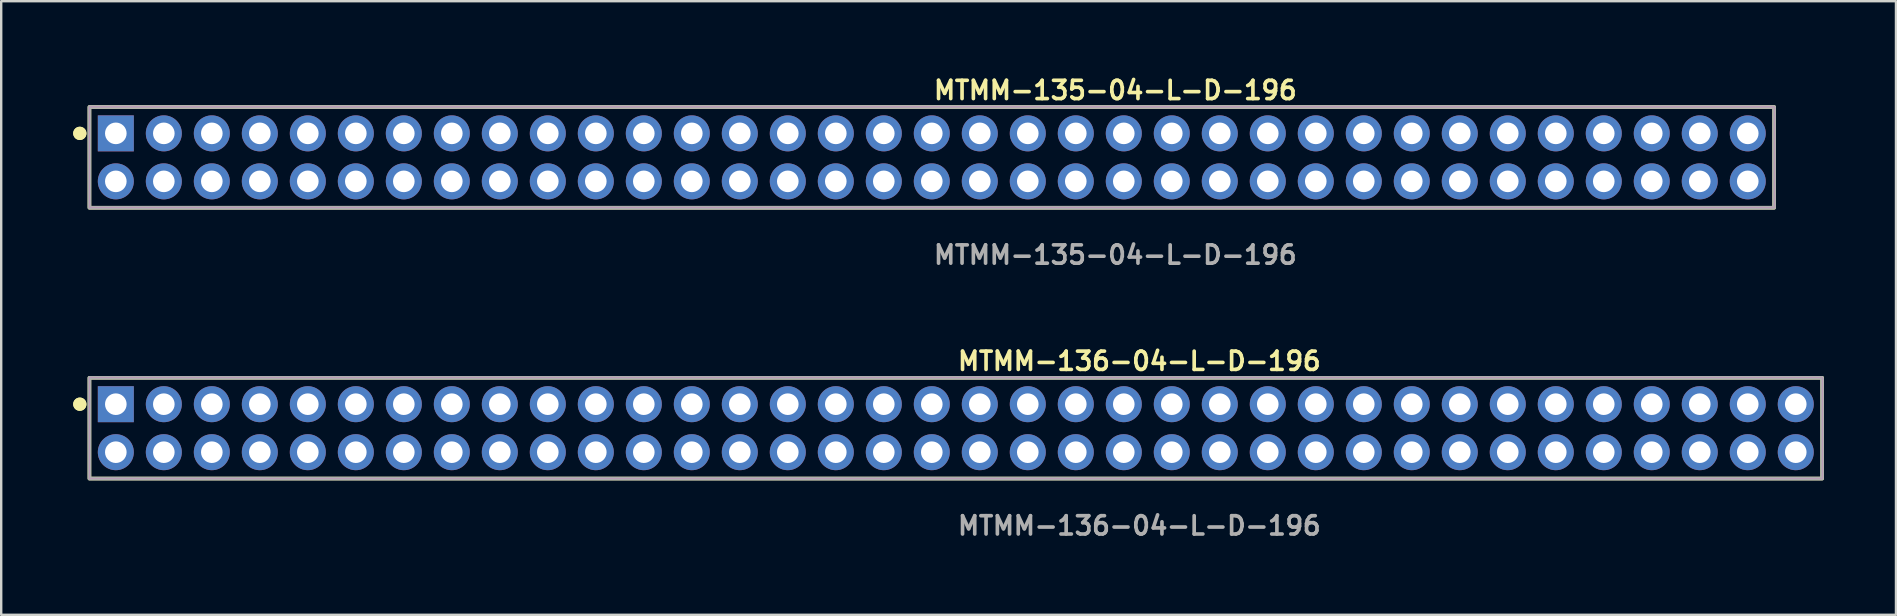
<source format=kicad_pcb>
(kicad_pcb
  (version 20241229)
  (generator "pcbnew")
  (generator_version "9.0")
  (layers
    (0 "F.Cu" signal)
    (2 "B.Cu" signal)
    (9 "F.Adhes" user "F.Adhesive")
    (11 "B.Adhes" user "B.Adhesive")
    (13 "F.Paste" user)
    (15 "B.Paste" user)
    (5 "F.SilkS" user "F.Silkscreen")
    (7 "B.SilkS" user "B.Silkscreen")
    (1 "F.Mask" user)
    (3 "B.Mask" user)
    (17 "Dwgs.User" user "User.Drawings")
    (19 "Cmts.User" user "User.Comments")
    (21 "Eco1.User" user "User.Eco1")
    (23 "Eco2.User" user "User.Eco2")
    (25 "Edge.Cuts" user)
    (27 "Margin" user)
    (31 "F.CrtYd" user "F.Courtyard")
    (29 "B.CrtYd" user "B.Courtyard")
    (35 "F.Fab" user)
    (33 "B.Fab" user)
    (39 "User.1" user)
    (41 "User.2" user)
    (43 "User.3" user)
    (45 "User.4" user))
  (footprint "MTMM-135-04-L-D-196"
    (layer "F.Cu")
    (at 35.776 3.507)
    (property "Reference" "MTMM-135-04-L-D-196" (at 0 -2.794 0) (unlocked yes) (layer "F.SilkS") (effects (font (size 0.762 0.762) (thickness 0.152)) (justify left)))
    (fp_rect (start -35.1 2.1) (end 35.1 -2.1) (stroke (width 0.152) (type solid)) (fill no) (layer "F.SilkS"))
    (fp_circle (center -35.5 -1) (end -35.7 -1) (stroke (width 0.152) (type solid)) (fill yes) (layer "F.SilkS"))
    (fp_circle (center -35.5 -1) (end -35.7 -1) (stroke (width 0.152) (type solid)) (fill yes) (layer "F.SilkS"))
    (fp_rect (start -35.1 2.1) (end 35.1 -2.1) (stroke (width 0.006) (type solid)) (fill no) (layer "F.CrtYd"))
    (fp_rect (start -35.1 2.1) (end 35.1 -2.1) (stroke (width 0.152) (type solid)) (fill no) (layer "F.Fab"))
    (fp_text user "${REFERENCE}" (at 0 4.064 0) (unlocked yes) (layer "F.Fab") (effects (font (size 0.762 0.762) (thickness 0.152)) (justify left)))
    (pad "1" thru_hole rect (at -34 -1) (size 1.5 1.5) (drill 0.9) (layers "*.Cu" "*.Mask"))
    (pad "2" thru_hole circle (at -34 1) (size 1.5 1.5) (drill 0.9) (layers "*.Cu" "*.Mask"))
    (pad "3" thru_hole circle (at -32 -1) (size 1.5 1.5) (drill 0.9) (layers "*.Cu" "*.Mask"))
    (pad "4" thru_hole circle (at -32 1) (size 1.5 1.5) (drill 0.9) (layers "*.Cu" "*.Mask"))
    (pad "5" thru_hole circle (at -30 -1) (size 1.5 1.5) (drill 0.9) (layers "*.Cu" "*.Mask"))
    (pad "6" thru_hole circle (at -30 1) (size 1.5 1.5) (drill 0.9) (layers "*.Cu" "*.Mask"))
    (pad "7" thru_hole circle (at -28 -1) (size 1.5 1.5) (drill 0.9) (layers "*.Cu" "*.Mask"))
    (pad "8" thru_hole circle (at -28 1) (size 1.5 1.5) (drill 0.9) (layers "*.Cu" "*.Mask"))
    (pad "9" thru_hole circle (at -26 -1) (size 1.5 1.5) (drill 0.9) (layers "*.Cu" "*.Mask"))
    (pad "10" thru_hole circle (at -26 1) (size 1.5 1.5) (drill 0.9) (layers "*.Cu" "*.Mask"))
    (pad "11" thru_hole circle (at -24 -1) (size 1.5 1.5) (drill 0.9) (layers "*.Cu" "*.Mask"))
    (pad "12" thru_hole circle (at -24 1) (size 1.5 1.5) (drill 0.9) (layers "*.Cu" "*.Mask"))
    (pad "13" thru_hole circle (at -22 -1) (size 1.5 1.5) (drill 0.9) (layers "*.Cu" "*.Mask"))
    (pad "14" thru_hole circle (at -22 1) (size 1.5 1.5) (drill 0.9) (layers "*.Cu" "*.Mask"))
    (pad "15" thru_hole circle (at -20 -1) (size 1.5 1.5) (drill 0.9) (layers "*.Cu" "*.Mask"))
    (pad "16" thru_hole circle (at -20 1) (size 1.5 1.5) (drill 0.9) (layers "*.Cu" "*.Mask"))
    (pad "17" thru_hole circle (at -18 -1) (size 1.5 1.5) (drill 0.9) (layers "*.Cu" "*.Mask"))
    (pad "18" thru_hole circle (at -18 1) (size 1.5 1.5) (drill 0.9) (layers "*.Cu" "*.Mask"))
    (pad "19" thru_hole circle (at -16 -1) (size 1.5 1.5) (drill 0.9) (layers "*.Cu" "*.Mask"))
    (pad "20" thru_hole circle (at -16 1) (size 1.5 1.5) (drill 0.9) (layers "*.Cu" "*.Mask"))
    (pad "21" thru_hole circle (at -14 -1) (size 1.5 1.5) (drill 0.9) (layers "*.Cu" "*.Mask"))
    (pad "22" thru_hole circle (at -14 1) (size 1.5 1.5) (drill 0.9) (layers "*.Cu" "*.Mask"))
    (pad "23" thru_hole circle (at -12 -1) (size 1.5 1.5) (drill 0.9) (layers "*.Cu" "*.Mask"))
    (pad "24" thru_hole circle (at -12 1) (size 1.5 1.5) (drill 0.9) (layers "*.Cu" "*.Mask"))
    (pad "25" thru_hole circle (at -10 -1) (size 1.5 1.5) (drill 0.9) (layers "*.Cu" "*.Mask"))
    (pad "26" thru_hole circle (at -10 1) (size 1.5 1.5) (drill 0.9) (layers "*.Cu" "*.Mask"))
    (pad "27" thru_hole circle (at -8 -1) (size 1.5 1.5) (drill 0.9) (layers "*.Cu" "*.Mask"))
    (pad "28" thru_hole circle (at -8 1) (size 1.5 1.5) (drill 0.9) (layers "*.Cu" "*.Mask"))
    (pad "29" thru_hole circle (at -6 -1) (size 1.5 1.5) (drill 0.9) (layers "*.Cu" "*.Mask"))
    (pad "30" thru_hole circle (at -6 1) (size 1.5 1.5) (drill 0.9) (layers "*.Cu" "*.Mask"))
    (pad "31" thru_hole circle (at -4 -1) (size 1.5 1.5) (drill 0.9) (layers "*.Cu" "*.Mask"))
    (pad "32" thru_hole circle (at -4 1) (size 1.5 1.5) (drill 0.9) (layers "*.Cu" "*.Mask"))
    (pad "33" thru_hole circle (at -2 -1) (size 1.5 1.5) (drill 0.9) (layers "*.Cu" "*.Mask"))
    (pad "34" thru_hole circle (at -2 1) (size 1.5 1.5) (drill 0.9) (layers "*.Cu" "*.Mask"))
    (pad "35" thru_hole circle (at 0 -1) (size 1.5 1.5) (drill 0.9) (layers "*.Cu" "*.Mask"))
    (pad "36" thru_hole circle (at 0 1) (size 1.5 1.5) (drill 0.9) (layers "*.Cu" "*.Mask"))
    (pad "37" thru_hole circle (at 2 -1) (size 1.5 1.5) (drill 0.9) (layers "*.Cu" "*.Mask"))
    (pad "38" thru_hole circle (at 2 1) (size 1.5 1.5) (drill 0.9) (layers "*.Cu" "*.Mask"))
    (pad "39" thru_hole circle (at 4 -1) (size 1.5 1.5) (drill 0.9) (layers "*.Cu" "*.Mask"))
    (pad "40" thru_hole circle (at 4 1) (size 1.5 1.5) (drill 0.9) (layers "*.Cu" "*.Mask"))
    (pad "41" thru_hole circle (at 6 -1) (size 1.5 1.5) (drill 0.9) (layers "*.Cu" "*.Mask"))
    (pad "42" thru_hole circle (at 6 1) (size 1.5 1.5) (drill 0.9) (layers "*.Cu" "*.Mask"))
    (pad "43" thru_hole circle (at 8 -1) (size 1.5 1.5) (drill 0.9) (layers "*.Cu" "*.Mask"))
    (pad "44" thru_hole circle (at 8 1) (size 1.5 1.5) (drill 0.9) (layers "*.Cu" "*.Mask"))
    (pad "45" thru_hole circle (at 10 -1) (size 1.5 1.5) (drill 0.9) (layers "*.Cu" "*.Mask"))
    (pad "46" thru_hole circle (at 10 1) (size 1.5 1.5) (drill 0.9) (layers "*.Cu" "*.Mask"))
    (pad "47" thru_hole circle (at 12 -1) (size 1.5 1.5) (drill 0.9) (layers "*.Cu" "*.Mask"))
    (pad "48" thru_hole circle (at 12 1) (size 1.5 1.5) (drill 0.9) (layers "*.Cu" "*.Mask"))
    (pad "49" thru_hole circle (at 14 -1) (size 1.5 1.5) (drill 0.9) (layers "*.Cu" "*.Mask"))
    (pad "50" thru_hole circle (at 14 1) (size 1.5 1.5) (drill 0.9) (layers "*.Cu" "*.Mask"))
    (pad "51" thru_hole circle (at 16 -1) (size 1.5 1.5) (drill 0.9) (layers "*.Cu" "*.Mask"))
    (pad "52" thru_hole circle (at 16 1) (size 1.5 1.5) (drill 0.9) (layers "*.Cu" "*.Mask"))
    (pad "53" thru_hole circle (at 18 -1) (size 1.5 1.5) (drill 0.9) (layers "*.Cu" "*.Mask"))
    (pad "54" thru_hole circle (at 18 1) (size 1.5 1.5) (drill 0.9) (layers "*.Cu" "*.Mask"))
    (pad "55" thru_hole circle (at 20 -1) (size 1.5 1.5) (drill 0.9) (layers "*.Cu" "*.Mask"))
    (pad "56" thru_hole circle (at 20 1) (size 1.5 1.5) (drill 0.9) (layers "*.Cu" "*.Mask"))
    (pad "57" thru_hole circle (at 22 -1) (size 1.5 1.5) (drill 0.9) (layers "*.Cu" "*.Mask"))
    (pad "58" thru_hole circle (at 22 1) (size 1.5 1.5) (drill 0.9) (layers "*.Cu" "*.Mask"))
    (pad "59" thru_hole circle (at 24 -1) (size 1.5 1.5) (drill 0.9) (layers "*.Cu" "*.Mask"))
    (pad "60" thru_hole circle (at 24 1) (size 1.5 1.5) (drill 0.9) (layers "*.Cu" "*.Mask"))
    (pad "61" thru_hole circle (at 26 -1) (size 1.5 1.5) (drill 0.9) (layers "*.Cu" "*.Mask"))
    (pad "62" thru_hole circle (at 26 1) (size 1.5 1.5) (drill 0.9) (layers "*.Cu" "*.Mask"))
    (pad "63" thru_hole circle (at 28 -1) (size 1.5 1.5) (drill 0.9) (layers "*.Cu" "*.Mask"))
    (pad "64" thru_hole circle (at 28 1) (size 1.5 1.5) (drill 0.9) (layers "*.Cu" "*.Mask"))
    (pad "65" thru_hole circle (at 30 -1) (size 1.5 1.5) (drill 0.9) (layers "*.Cu" "*.Mask"))
    (pad "66" thru_hole circle (at 30 1) (size 1.5 1.5) (drill 0.9) (layers "*.Cu" "*.Mask"))
    (pad "67" thru_hole circle (at 32 -1) (size 1.5 1.5) (drill 0.9) (layers "*.Cu" "*.Mask"))
    (pad "68" thru_hole circle (at 32 1) (size 1.5 1.5) (drill 0.9) (layers "*.Cu" "*.Mask"))
    (pad "69" thru_hole circle (at 34 -1) (size 1.5 1.5) (drill 0.9) (layers "*.Cu" "*.Mask"))
    (pad "70" thru_hole circle (at 34 1) (size 1.5 1.5) (drill 0.9) (layers "*.Cu" "*.Mask")))
  (footprint "MTMM-136-04-L-D-196"
    (layer "F.Cu")
    (at 36.776 14.792)
    (property "Reference" "MTMM-136-04-L-D-196" (at 0 -2.794 0) (unlocked yes) (layer "F.SilkS") (effects (font (size 0.762 0.762) (thickness 0.152)) (justify left)))
    (fp_rect (start -36.1 2.1) (end 36.1 -2.1) (stroke (width 0.152) (type solid)) (fill no) (layer "F.SilkS"))
    (fp_circle (center -36.5 -1) (end -36.7 -1) (stroke (width 0.152) (type solid)) (fill yes) (layer "F.SilkS"))
    (fp_circle (center -36.5 -1) (end -36.7 -1) (stroke (width 0.152) (type solid)) (fill yes) (layer "F.SilkS"))
    (fp_rect (start -36.1 2.1) (end 36.1 -2.1) (stroke (width 0.006) (type solid)) (fill no) (layer "F.CrtYd"))
    (fp_rect (start -36.1 2.1) (end 36.1 -2.1) (stroke (width 0.152) (type solid)) (fill no) (layer "F.Fab"))
    (fp_text user "${REFERENCE}" (at 0 4.064 0) (unlocked yes) (layer "F.Fab") (effects (font (size 0.762 0.762) (thickness 0.152)) (justify left)))
    (pad "1" thru_hole rect (at -35 -1) (size 1.5 1.5) (drill 0.9) (layers "*.Cu" "*.Mask"))
    (pad "2" thru_hole circle (at -35 1) (size 1.5 1.5) (drill 0.9) (layers "*.Cu" "*.Mask"))
    (pad "3" thru_hole circle (at -33 -1) (size 1.5 1.5) (drill 0.9) (layers "*.Cu" "*.Mask"))
    (pad "4" thru_hole circle (at -33 1) (size 1.5 1.5) (drill 0.9) (layers "*.Cu" "*.Mask"))
    (pad "5" thru_hole circle (at -31 -1) (size 1.5 1.5) (drill 0.9) (layers "*.Cu" "*.Mask"))
    (pad "6" thru_hole circle (at -31 1) (size 1.5 1.5) (drill 0.9) (layers "*.Cu" "*.Mask"))
    (pad "7" thru_hole circle (at -29 -1) (size 1.5 1.5) (drill 0.9) (layers "*.Cu" "*.Mask"))
    (pad "8" thru_hole circle (at -29 1) (size 1.5 1.5) (drill 0.9) (layers "*.Cu" "*.Mask"))
    (pad "9" thru_hole circle (at -27 -1) (size 1.5 1.5) (drill 0.9) (layers "*.Cu" "*.Mask"))
    (pad "10" thru_hole circle (at -27 1) (size 1.5 1.5) (drill 0.9) (layers "*.Cu" "*.Mask"))
    (pad "11" thru_hole circle (at -25 -1) (size 1.5 1.5) (drill 0.9) (layers "*.Cu" "*.Mask"))
    (pad "12" thru_hole circle (at -25 1) (size 1.5 1.5) (drill 0.9) (layers "*.Cu" "*.Mask"))
    (pad "13" thru_hole circle (at -23 -1) (size 1.5 1.5) (drill 0.9) (layers "*.Cu" "*.Mask"))
    (pad "14" thru_hole circle (at -23 1) (size 1.5 1.5) (drill 0.9) (layers "*.Cu" "*.Mask"))
    (pad "15" thru_hole circle (at -21 -1) (size 1.5 1.5) (drill 0.9) (layers "*.Cu" "*.Mask"))
    (pad "16" thru_hole circle (at -21 1) (size 1.5 1.5) (drill 0.9) (layers "*.Cu" "*.Mask"))
    (pad "17" thru_hole circle (at -19 -1) (size 1.5 1.5) (drill 0.9) (layers "*.Cu" "*.Mask"))
    (pad "18" thru_hole circle (at -19 1) (size 1.5 1.5) (drill 0.9) (layers "*.Cu" "*.Mask"))
    (pad "19" thru_hole circle (at -17 -1) (size 1.5 1.5) (drill 0.9) (layers "*.Cu" "*.Mask"))
    (pad "20" thru_hole circle (at -17 1) (size 1.5 1.5) (drill 0.9) (layers "*.Cu" "*.Mask"))
    (pad "21" thru_hole circle (at -15 -1) (size 1.5 1.5) (drill 0.9) (layers "*.Cu" "*.Mask"))
    (pad "22" thru_hole circle (at -15 1) (size 1.5 1.5) (drill 0.9) (layers "*.Cu" "*.Mask"))
    (pad "23" thru_hole circle (at -13 -1) (size 1.5 1.5) (drill 0.9) (layers "*.Cu" "*.Mask"))
    (pad "24" thru_hole circle (at -13 1) (size 1.5 1.5) (drill 0.9) (layers "*.Cu" "*.Mask"))
    (pad "25" thru_hole circle (at -11 -1) (size 1.5 1.5) (drill 0.9) (layers "*.Cu" "*.Mask"))
    (pad "26" thru_hole circle (at -11 1) (size 1.5 1.5) (drill 0.9) (layers "*.Cu" "*.Mask"))
    (pad "27" thru_hole circle (at -9 -1) (size 1.5 1.5) (drill 0.9) (layers "*.Cu" "*.Mask"))
    (pad "28" thru_hole circle (at -9 1) (size 1.5 1.5) (drill 0.9) (layers "*.Cu" "*.Mask"))
    (pad "29" thru_hole circle (at -7 -1) (size 1.5 1.5) (drill 0.9) (layers "*.Cu" "*.Mask"))
    (pad "30" thru_hole circle (at -7 1) (size 1.5 1.5) (drill 0.9) (layers "*.Cu" "*.Mask"))
    (pad "31" thru_hole circle (at -5 -1) (size 1.5 1.5) (drill 0.9) (layers "*.Cu" "*.Mask"))
    (pad "32" thru_hole circle (at -5 1) (size 1.5 1.5) (drill 0.9) (layers "*.Cu" "*.Mask"))
    (pad "33" thru_hole circle (at -3 -1) (size 1.5 1.5) (drill 0.9) (layers "*.Cu" "*.Mask"))
    (pad "34" thru_hole circle (at -3 1) (size 1.5 1.5) (drill 0.9) (layers "*.Cu" "*.Mask"))
    (pad "35" thru_hole circle (at -1 -1) (size 1.5 1.5) (drill 0.9) (layers "*.Cu" "*.Mask"))
    (pad "36" thru_hole circle (at -1 1) (size 1.5 1.5) (drill 0.9) (layers "*.Cu" "*.Mask"))
    (pad "37" thru_hole circle (at 1 -1) (size 1.5 1.5) (drill 0.9) (layers "*.Cu" "*.Mask"))
    (pad "38" thru_hole circle (at 1 1) (size 1.5 1.5) (drill 0.9) (layers "*.Cu" "*.Mask"))
    (pad "39" thru_hole circle (at 3 -1) (size 1.5 1.5) (drill 0.9) (layers "*.Cu" "*.Mask"))
    (pad "40" thru_hole circle (at 3 1) (size 1.5 1.5) (drill 0.9) (layers "*.Cu" "*.Mask"))
    (pad "41" thru_hole circle (at 5 -1) (size 1.5 1.5) (drill 0.9) (layers "*.Cu" "*.Mask"))
    (pad "42" thru_hole circle (at 5 1) (size 1.5 1.5) (drill 0.9) (layers "*.Cu" "*.Mask"))
    (pad "43" thru_hole circle (at 7 -1) (size 1.5 1.5) (drill 0.9) (layers "*.Cu" "*.Mask"))
    (pad "44" thru_hole circle (at 7 1) (size 1.5 1.5) (drill 0.9) (layers "*.Cu" "*.Mask"))
    (pad "45" thru_hole circle (at 9 -1) (size 1.5 1.5) (drill 0.9) (layers "*.Cu" "*.Mask"))
    (pad "46" thru_hole circle (at 9 1) (size 1.5 1.5) (drill 0.9) (layers "*.Cu" "*.Mask"))
    (pad "47" thru_hole circle (at 11 -1) (size 1.5 1.5) (drill 0.9) (layers "*.Cu" "*.Mask"))
    (pad "48" thru_hole circle (at 11 1) (size 1.5 1.5) (drill 0.9) (layers "*.Cu" "*.Mask"))
    (pad "49" thru_hole circle (at 13 -1) (size 1.5 1.5) (drill 0.9) (layers "*.Cu" "*.Mask"))
    (pad "50" thru_hole circle (at 13 1) (size 1.5 1.5) (drill 0.9) (layers "*.Cu" "*.Mask"))
    (pad "51" thru_hole circle (at 15 -1) (size 1.5 1.5) (drill 0.9) (layers "*.Cu" "*.Mask"))
    (pad "52" thru_hole circle (at 15 1) (size 1.5 1.5) (drill 0.9) (layers "*.Cu" "*.Mask"))
    (pad "53" thru_hole circle (at 17 -1) (size 1.5 1.5) (drill 0.9) (layers "*.Cu" "*.Mask"))
    (pad "54" thru_hole circle (at 17 1) (size 1.5 1.5) (drill 0.9) (layers "*.Cu" "*.Mask"))
    (pad "55" thru_hole circle (at 19 -1) (size 1.5 1.5) (drill 0.9) (layers "*.Cu" "*.Mask"))
    (pad "56" thru_hole circle (at 19 1) (size 1.5 1.5) (drill 0.9) (layers "*.Cu" "*.Mask"))
    (pad "57" thru_hole circle (at 21 -1) (size 1.5 1.5) (drill 0.9) (layers "*.Cu" "*.Mask"))
    (pad "58" thru_hole circle (at 21 1) (size 1.5 1.5) (drill 0.9) (layers "*.Cu" "*.Mask"))
    (pad "59" thru_hole circle (at 23 -1) (size 1.5 1.5) (drill 0.9) (layers "*.Cu" "*.Mask"))
    (pad "60" thru_hole circle (at 23 1) (size 1.5 1.5) (drill 0.9) (layers "*.Cu" "*.Mask"))
    (pad "61" thru_hole circle (at 25 -1) (size 1.5 1.5) (drill 0.9) (layers "*.Cu" "*.Mask"))
    (pad "62" thru_hole circle (at 25 1) (size 1.5 1.5) (drill 0.9) (layers "*.Cu" "*.Mask"))
    (pad "63" thru_hole circle (at 27 -1) (size 1.5 1.5) (drill 0.9) (layers "*.Cu" "*.Mask"))
    (pad "64" thru_hole circle (at 27 1) (size 1.5 1.5) (drill 0.9) (layers "*.Cu" "*.Mask"))
    (pad "65" thru_hole circle (at 29 -1) (size 1.5 1.5) (drill 0.9) (layers "*.Cu" "*.Mask"))
    (pad "66" thru_hole circle (at 29 1) (size 1.5 1.5) (drill 0.9) (layers "*.Cu" "*.Mask"))
    (pad "67" thru_hole circle (at 31 -1) (size 1.5 1.5) (drill 0.9) (layers "*.Cu" "*.Mask"))
    (pad "68" thru_hole circle (at 31 1) (size 1.5 1.5) (drill 0.9) (layers "*.Cu" "*.Mask"))
    (pad "69" thru_hole circle (at 33 -1) (size 1.5 1.5) (drill 0.9) (layers "*.Cu" "*.Mask"))
    (pad "70" thru_hole circle (at 33 1) (size 1.5 1.5) (drill 0.9) (layers "*.Cu" "*.Mask"))
    (pad "71" thru_hole circle (at 35 -1) (size 1.5 1.5) (drill 0.9) (layers "*.Cu" "*.Mask"))
    (pad "72" thru_hole circle (at 35 1) (size 1.5 1.5) (drill 0.9) (layers "*.Cu" "*.Mask")))
  (gr_rect
    (start -3 -3)
    (end 75.952 22.569)
    (stroke (width 0.1) (type default))
    (fill no)
    (layer "Edge.Cuts")))
</source>
